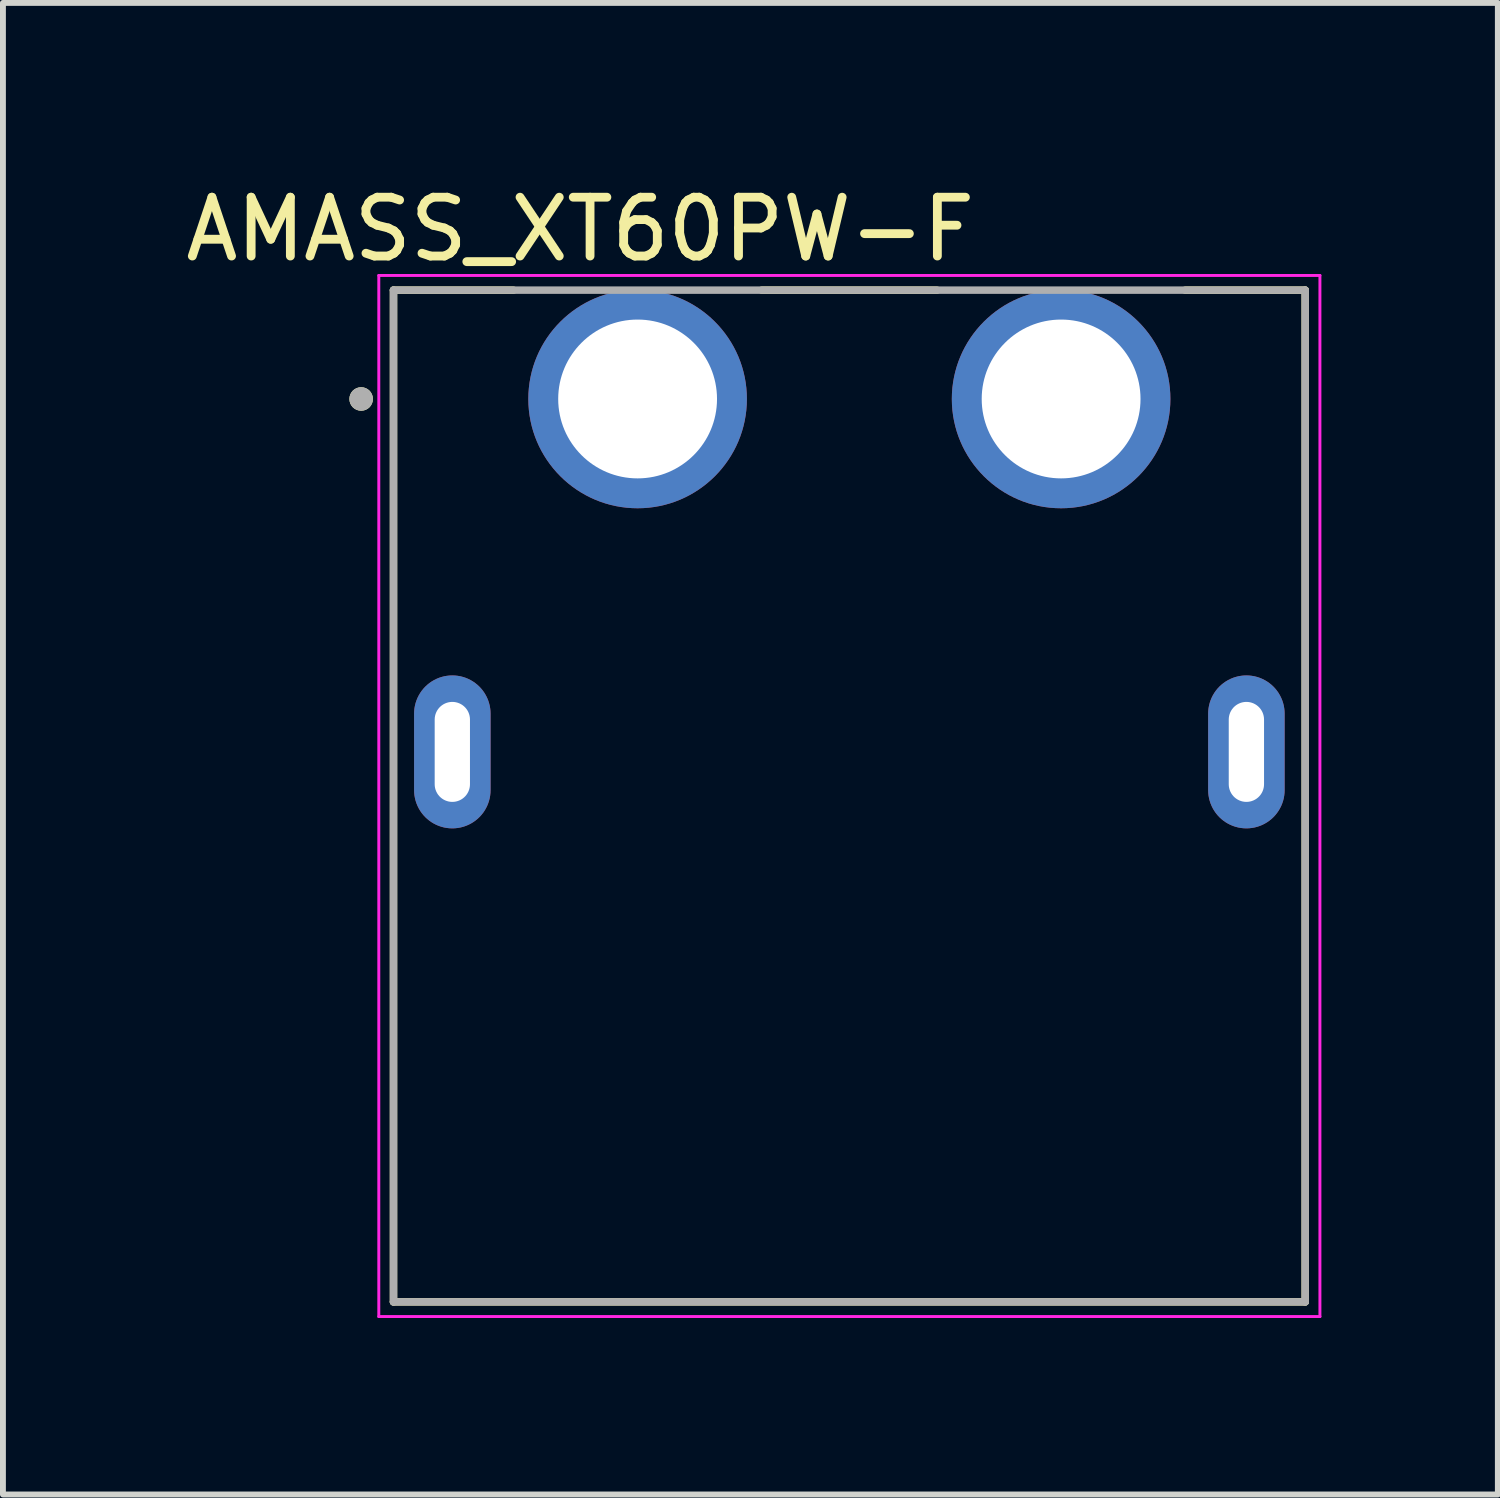
<source format=kicad_pcb>
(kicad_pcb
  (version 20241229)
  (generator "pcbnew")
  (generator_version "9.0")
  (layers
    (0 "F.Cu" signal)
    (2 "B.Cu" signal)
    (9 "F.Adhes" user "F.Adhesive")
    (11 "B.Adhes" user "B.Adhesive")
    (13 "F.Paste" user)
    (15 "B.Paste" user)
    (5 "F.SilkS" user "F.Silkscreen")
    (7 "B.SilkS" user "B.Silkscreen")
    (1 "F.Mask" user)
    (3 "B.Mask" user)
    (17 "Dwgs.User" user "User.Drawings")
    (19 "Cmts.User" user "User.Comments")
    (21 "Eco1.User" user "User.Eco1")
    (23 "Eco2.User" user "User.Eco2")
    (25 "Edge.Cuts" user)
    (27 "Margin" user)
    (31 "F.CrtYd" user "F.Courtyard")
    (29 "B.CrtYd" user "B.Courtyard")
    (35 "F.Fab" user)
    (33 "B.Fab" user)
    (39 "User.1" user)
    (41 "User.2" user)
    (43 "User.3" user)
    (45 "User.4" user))
  (footprint "AMASS_XT60PW-F"
    (layer "F.Cu")
    (at 11.39 3.733)
    (property "Reference" "AMASS_XT60PW-F" (at -4.575 -2.885 0) (layer "F.SilkS") (effects (font (size 1 1) (thickness 0.15))))
    (attr through_hole)
    (fp_line (start -7.75 -1.85) (end -5.71 -1.85) (stroke (width 0.127) (type solid)) (layer "F.SilkS"))
    (fp_line (start -7.75 15.35) (end -7.75 -1.85) (stroke (width 0.127) (type solid)) (layer "F.SilkS"))
    (fp_line (start -1.49 -1.85) (end 1.49 -1.85) (stroke (width 0.127) (type solid)) (layer "F.SilkS"))
    (fp_line (start 5.71 -1.85) (end 7.75 -1.85) (stroke (width 0.127) (type solid)) (layer "F.SilkS"))
    (fp_line (start 7.75 -1.85) (end 7.75 15.35) (stroke (width 0.127) (type solid)) (layer "F.SilkS"))
    (fp_line (start 7.75 15.35) (end -7.75 15.35) (stroke (width 0.127) (type solid)) (layer "F.SilkS"))
    (fp_circle (center -8.3 0) (end -8.2 0) (stroke (width 0.2) (type solid)) (fill no) (layer "F.SilkS"))
    (fp_line (start -8 -2.1) (end 8 -2.1) (stroke (width 0.05) (type solid)) (layer "F.CrtYd"))
    (fp_line (start -8 15.6) (end -8 -2.1) (stroke (width 0.05) (type solid)) (layer "F.CrtYd"))
    (fp_line (start 8 -2.1) (end 8 15.6) (stroke (width 0.05) (type solid)) (layer "F.CrtYd"))
    (fp_line (start 8 15.6) (end -8 15.6) (stroke (width 0.05) (type solid)) (layer "F.CrtYd"))
    (fp_line (start -7.75 -1.85) (end 7.75 -1.85) (stroke (width 0.127) (type solid)) (layer "F.Fab"))
    (fp_line (start -7.75 15.35) (end -7.75 -1.85) (stroke (width 0.127) (type solid)) (layer "F.Fab"))
    (fp_line (start 7.75 -1.85) (end 7.75 15.35) (stroke (width 0.127) (type solid)) (layer "F.Fab"))
    (fp_line (start 7.75 15.35) (end -7.75 15.35) (stroke (width 0.127) (type solid)) (layer "F.Fab"))
    (fp_circle (center -8.3 0) (end -8.2 0) (stroke (width 0.2) (type solid)) (fill no) (layer "F.Fab"))
    (pad "1" thru_hole circle (at -3.6 0) (size 3.716 3.716) (drill 2.7) (layers "*.Cu" "*.Mask"))
    (pad "2" thru_hole circle (at 3.6 0) (size 3.716 3.716) (drill 2.7) (layers "*.Cu" "*.Mask"))
    (pad "S1" thru_hole oval (at -6.75 6) (size 1.3 2.6) (drill oval 0.6 1.7) (layers "*.Cu" "*.Mask"))
    (pad "S2" thru_hole oval (at 6.75 6) (size 1.3 2.6) (drill oval 0.6 1.7) (layers "*.Cu" "*.Mask")))
  (gr_rect
    (start -3 -3)
    (end 22.415 22.358)
    (stroke (width 0.1) (type default))
    (fill no)
    (layer "Edge.Cuts")))
</source>
